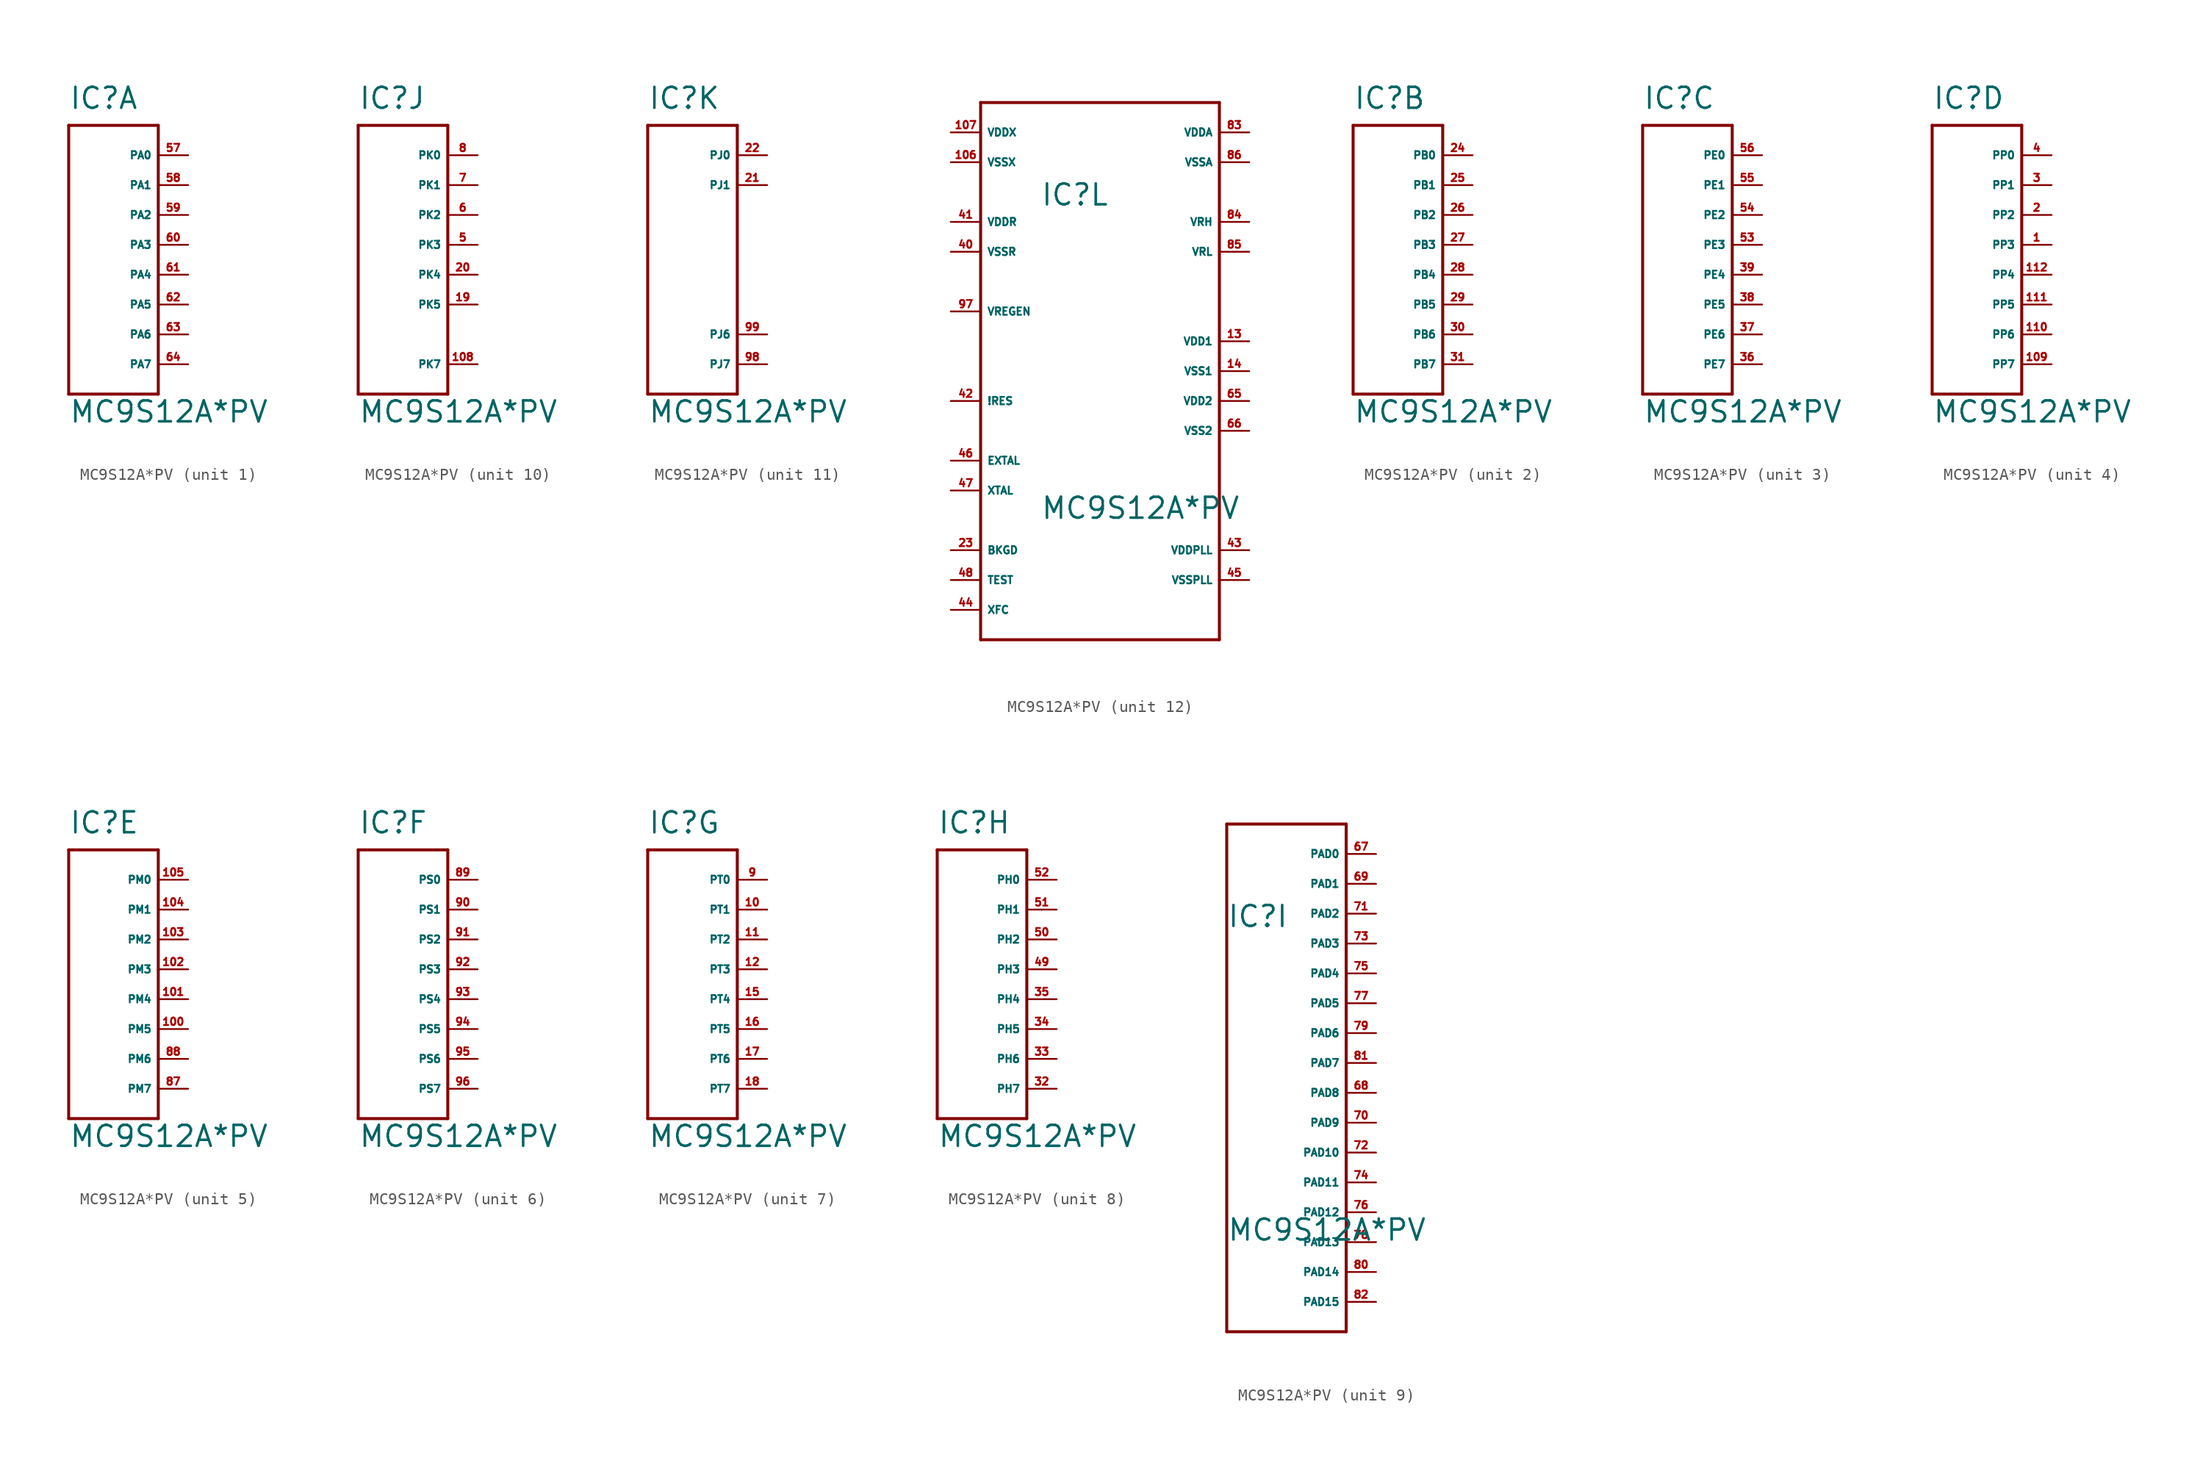
<source format=kicad_sym>
(kicad_symbol_lib
  (version 20220914)
  (generator Eagle2Kicad)
  (symbol "MC9S12A*PV"
    (property "Reference" "IC"
      (at -5.08 11.43 0)
      (effects (font (size 1.778 1.778) (thickness 0.22)) (justify left bottom)))
    (property "Value" "MC9S12A*PV"
      (at -5.08 -15.24 0)
      (effects (font (size 1.778 1.778) (thickness 0.22)) (justify left bottom)))
    (symbol "MC9S12A*PV_1_0"
      (polyline (pts (xy 2.54 10.16) (xy -5.08 10.16)) (stroke (width 0.254) (type default)) (fill (type none)))
      (polyline (pts (xy -5.08 10.16) (xy -5.08 -12.7)) (stroke (width 0.254) (type default)) (fill (type none)))
      (polyline (pts (xy -5.08 -12.7) (xy 2.54 -12.7)) (stroke (width 0.254) (type default)) (fill (type none)))
      (polyline (pts (xy 2.54 -12.7) (xy 2.54 10.16)) (stroke (width 0.254) (type default)) (fill (type none)))
      (pin bidirectional line (at 5.08 7.62 180) (length 2.54) (name "PA0" (effects (font (size 0.635 0.635) (thickness 0.08)) (justify left bottom))) (number "57" (effects (font (size 0.635 0.635) (thickness 0.08)) (justify left bottom))))
      (pin bidirectional line (at 5.08 5.08 180) (length 2.54) (name "PA1" (effects (font (size 0.635 0.635) (thickness 0.08)) (justify left bottom))) (number "58" (effects (font (size 0.635 0.635) (thickness 0.08)) (justify left bottom))))
      (pin bidirectional line (at 5.08 2.54 180) (length 2.54) (name "PA2" (effects (font (size 0.635 0.635) (thickness 0.08)) (justify left bottom))) (number "59" (effects (font (size 0.635 0.635) (thickness 0.08)) (justify left bottom))))
      (pin bidirectional line (at 5.08 0 180) (length 2.54) (name "PA3" (effects (font (size 0.635 0.635) (thickness 0.08)) (justify left bottom))) (number "60" (effects (font (size 0.635 0.635) (thickness 0.08)) (justify left bottom))))
      (pin bidirectional line (at 5.08 -2.54 180) (length 2.54) (name "PA4" (effects (font (size 0.635 0.635) (thickness 0.08)) (justify left bottom))) (number "61" (effects (font (size 0.635 0.635) (thickness 0.08)) (justify left bottom))))
      (pin bidirectional line (at 5.08 -5.08 180) (length 2.54) (name "PA5" (effects (font (size 0.635 0.635) (thickness 0.08)) (justify left bottom))) (number "62" (effects (font (size 0.635 0.635) (thickness 0.08)) (justify left bottom))))
      (pin bidirectional line (at 5.08 -7.62 180) (length 2.54) (name "PA6" (effects (font (size 0.635 0.635) (thickness 0.08)) (justify left bottom))) (number "63" (effects (font (size 0.635 0.635) (thickness 0.08)) (justify left bottom))))
      (pin bidirectional line (at 5.08 -10.16 180) (length 2.54) (name "PA7" (effects (font (size 0.635 0.635) (thickness 0.08)) (justify left bottom))) (number "64" (effects (font (size 0.635 0.635) (thickness 0.08)) (justify left bottom)))))
    (symbol "MC9S12A*PV_2_0"
      (polyline (pts (xy 2.54 10.16) (xy -5.08 10.16)) (stroke (width 0.254) (type default)) (fill (type none)))
      (polyline (pts (xy -5.08 10.16) (xy -5.08 -12.7)) (stroke (width 0.254) (type default)) (fill (type none)))
      (polyline (pts (xy -5.08 -12.7) (xy 2.54 -12.7)) (stroke (width 0.254) (type default)) (fill (type none)))
      (polyline (pts (xy 2.54 -12.7) (xy 2.54 10.16)) (stroke (width 0.254) (type default)) (fill (type none)))
      (pin bidirectional line (at 5.08 7.62 180) (length 2.54) (name "PB0" (effects (font (size 0.635 0.635) (thickness 0.08)) (justify left bottom))) (number "24" (effects (font (size 0.635 0.635) (thickness 0.08)) (justify left bottom))))
      (pin bidirectional line (at 5.08 5.08 180) (length 2.54) (name "PB1" (effects (font (size 0.635 0.635) (thickness 0.08)) (justify left bottom))) (number "25" (effects (font (size 0.635 0.635) (thickness 0.08)) (justify left bottom))))
      (pin bidirectional line (at 5.08 2.54 180) (length 2.54) (name "PB2" (effects (font (size 0.635 0.635) (thickness 0.08)) (justify left bottom))) (number "26" (effects (font (size 0.635 0.635) (thickness 0.08)) (justify left bottom))))
      (pin bidirectional line (at 5.08 0 180) (length 2.54) (name "PB3" (effects (font (size 0.635 0.635) (thickness 0.08)) (justify left bottom))) (number "27" (effects (font (size 0.635 0.635) (thickness 0.08)) (justify left bottom))))
      (pin bidirectional line (at 5.08 -2.54 180) (length 2.54) (name "PB4" (effects (font (size 0.635 0.635) (thickness 0.08)) (justify left bottom))) (number "28" (effects (font (size 0.635 0.635) (thickness 0.08)) (justify left bottom))))
      (pin bidirectional line (at 5.08 -5.08 180) (length 2.54) (name "PB5" (effects (font (size 0.635 0.635) (thickness 0.08)) (justify left bottom))) (number "29" (effects (font (size 0.635 0.635) (thickness 0.08)) (justify left bottom))))
      (pin bidirectional line (at 5.08 -7.62 180) (length 2.54) (name "PB6" (effects (font (size 0.635 0.635) (thickness 0.08)) (justify left bottom))) (number "30" (effects (font (size 0.635 0.635) (thickness 0.08)) (justify left bottom))))
      (pin bidirectional line (at 5.08 -10.16 180) (length 2.54) (name "PB7" (effects (font (size 0.635 0.635) (thickness 0.08)) (justify left bottom))) (number "31" (effects (font (size 0.635 0.635) (thickness 0.08)) (justify left bottom)))))
    (symbol "MC9S12A*PV_3_0"
      (polyline (pts (xy 2.54 10.16) (xy -5.08 10.16)) (stroke (width 0.254) (type default)) (fill (type none)))
      (polyline (pts (xy -5.08 10.16) (xy -5.08 -12.7)) (stroke (width 0.254) (type default)) (fill (type none)))
      (polyline (pts (xy -5.08 -12.7) (xy 2.54 -12.7)) (stroke (width 0.254) (type default)) (fill (type none)))
      (polyline (pts (xy 2.54 -12.7) (xy 2.54 10.16)) (stroke (width 0.254) (type default)) (fill (type none)))
      (pin input line (at 5.08 7.62 180) (length 2.54) (name "PE0" (effects (font (size 0.635 0.635) (thickness 0.08)) (justify left bottom))) (number "56" (effects (font (size 0.635 0.635) (thickness 0.08)) (justify left bottom))))
      (pin input line (at 5.08 5.08 180) (length 2.54) (name "PE1" (effects (font (size 0.635 0.635) (thickness 0.08)) (justify left bottom))) (number "55" (effects (font (size 0.635 0.635) (thickness 0.08)) (justify left bottom))))
      (pin bidirectional line (at 5.08 2.54 180) (length 2.54) (name "PE2" (effects (font (size 0.635 0.635) (thickness 0.08)) (justify left bottom))) (number "54" (effects (font (size 0.635 0.635) (thickness 0.08)) (justify left bottom))))
      (pin bidirectional line (at 5.08 0 180) (length 2.54) (name "PE3" (effects (font (size 0.635 0.635) (thickness 0.08)) (justify left bottom))) (number "53" (effects (font (size 0.635 0.635) (thickness 0.08)) (justify left bottom))))
      (pin bidirectional line (at 5.08 -2.54 180) (length 2.54) (name "PE4" (effects (font (size 0.635 0.635) (thickness 0.08)) (justify left bottom))) (number "39" (effects (font (size 0.635 0.635) (thickness 0.08)) (justify left bottom))))
      (pin bidirectional line (at 5.08 -5.08 180) (length 2.54) (name "PE5" (effects (font (size 0.635 0.635) (thickness 0.08)) (justify left bottom))) (number "38" (effects (font (size 0.635 0.635) (thickness 0.08)) (justify left bottom))))
      (pin bidirectional line (at 5.08 -7.62 180) (length 2.54) (name "PE6" (effects (font (size 0.635 0.635) (thickness 0.08)) (justify left bottom))) (number "37" (effects (font (size 0.635 0.635) (thickness 0.08)) (justify left bottom))))
      (pin bidirectional line (at 5.08 -10.16 180) (length 2.54) (name "PE7" (effects (font (size 0.635 0.635) (thickness 0.08)) (justify left bottom))) (number "36" (effects (font (size 0.635 0.635) (thickness 0.08)) (justify left bottom)))))
    (symbol "MC9S12A*PV_4_0"
      (polyline (pts (xy 2.54 10.16) (xy -5.08 10.16)) (stroke (width 0.254) (type default)) (fill (type none)))
      (polyline (pts (xy -5.08 10.16) (xy -5.08 -12.7)) (stroke (width 0.254) (type default)) (fill (type none)))
      (polyline (pts (xy -5.08 -12.7) (xy 2.54 -12.7)) (stroke (width 0.254) (type default)) (fill (type none)))
      (polyline (pts (xy 2.54 -12.7) (xy 2.54 10.16)) (stroke (width 0.254) (type default)) (fill (type none)))
      (pin bidirectional line (at 5.08 7.62 180) (length 2.54) (name "PP0" (effects (font (size 0.635 0.635) (thickness 0.08)) (justify left bottom))) (number "4" (effects (font (size 0.635 0.635) (thickness 0.08)) (justify left bottom))))
      (pin bidirectional line (at 5.08 5.08 180) (length 2.54) (name "PP1" (effects (font (size 0.635 0.635) (thickness 0.08)) (justify left bottom))) (number "3" (effects (font (size 0.635 0.635) (thickness 0.08)) (justify left bottom))))
      (pin bidirectional line (at 5.08 2.54 180) (length 2.54) (name "PP2" (effects (font (size 0.635 0.635) (thickness 0.08)) (justify left bottom))) (number "2" (effects (font (size 0.635 0.635) (thickness 0.08)) (justify left bottom))))
      (pin bidirectional line (at 5.08 0 180) (length 2.54) (name "PP3" (effects (font (size 0.635 0.635) (thickness 0.08)) (justify left bottom))) (number "1" (effects (font (size 0.635 0.635) (thickness 0.08)) (justify left bottom))))
      (pin bidirectional line (at 5.08 -2.54 180) (length 2.54) (name "PP4" (effects (font (size 0.635 0.635) (thickness 0.08)) (justify left bottom))) (number "112" (effects (font (size 0.635 0.635) (thickness 0.08)) (justify left bottom))))
      (pin bidirectional line (at 5.08 -5.08 180) (length 2.54) (name "PP5" (effects (font (size 0.635 0.635) (thickness 0.08)) (justify left bottom))) (number "111" (effects (font (size 0.635 0.635) (thickness 0.08)) (justify left bottom))))
      (pin bidirectional line (at 5.08 -7.62 180) (length 2.54) (name "PP6" (effects (font (size 0.635 0.635) (thickness 0.08)) (justify left bottom))) (number "110" (effects (font (size 0.635 0.635) (thickness 0.08)) (justify left bottom))))
      (pin bidirectional line (at 5.08 -10.16 180) (length 2.54) (name "PP7" (effects (font (size 0.635 0.635) (thickness 0.08)) (justify left bottom))) (number "109" (effects (font (size 0.635 0.635) (thickness 0.08)) (justify left bottom)))))
    (symbol "MC9S12A*PV_5_0"
      (polyline (pts (xy 2.54 10.16) (xy -5.08 10.16)) (stroke (width 0.254) (type default)) (fill (type none)))
      (polyline (pts (xy -5.08 10.16) (xy -5.08 -12.7)) (stroke (width 0.254) (type default)) (fill (type none)))
      (polyline (pts (xy -5.08 -12.7) (xy 2.54 -12.7)) (stroke (width 0.254) (type default)) (fill (type none)))
      (polyline (pts (xy 2.54 -12.7) (xy 2.54 10.16)) (stroke (width 0.254) (type default)) (fill (type none)))
      (pin bidirectional line (at 5.08 7.62 180) (length 2.54) (name "PM0" (effects (font (size 0.635 0.635) (thickness 0.08)) (justify left bottom))) (number "105" (effects (font (size 0.635 0.635) (thickness 0.08)) (justify left bottom))))
      (pin bidirectional line (at 5.08 5.08 180) (length 2.54) (name "PM1" (effects (font (size 0.635 0.635) (thickness 0.08)) (justify left bottom))) (number "104" (effects (font (size 0.635 0.635) (thickness 0.08)) (justify left bottom))))
      (pin bidirectional line (at 5.08 2.54 180) (length 2.54) (name "PM2" (effects (font (size 0.635 0.635) (thickness 0.08)) (justify left bottom))) (number "103" (effects (font (size 0.635 0.635) (thickness 0.08)) (justify left bottom))))
      (pin bidirectional line (at 5.08 0 180) (length 2.54) (name "PM3" (effects (font (size 0.635 0.635) (thickness 0.08)) (justify left bottom))) (number "102" (effects (font (size 0.635 0.635) (thickness 0.08)) (justify left bottom))))
      (pin bidirectional line (at 5.08 -2.54 180) (length 2.54) (name "PM4" (effects (font (size 0.635 0.635) (thickness 0.08)) (justify left bottom))) (number "101" (effects (font (size 0.635 0.635) (thickness 0.08)) (justify left bottom))))
      (pin bidirectional line (at 5.08 -5.08 180) (length 2.54) (name "PM5" (effects (font (size 0.635 0.635) (thickness 0.08)) (justify left bottom))) (number "100" (effects (font (size 0.635 0.635) (thickness 0.08)) (justify left bottom))))
      (pin bidirectional line (at 5.08 -7.62 180) (length 2.54) (name "PM6" (effects (font (size 0.635 0.635) (thickness 0.08)) (justify left bottom))) (number "88" (effects (font (size 0.635 0.635) (thickness 0.08)) (justify left bottom))))
      (pin bidirectional line (at 5.08 -10.16 180) (length 2.54) (name "PM7" (effects (font (size 0.635 0.635) (thickness 0.08)) (justify left bottom))) (number "87" (effects (font (size 0.635 0.635) (thickness 0.08)) (justify left bottom)))))
    (symbol "MC9S12A*PV_6_0"
      (polyline (pts (xy 2.54 10.16) (xy -5.08 10.16)) (stroke (width 0.254) (type default)) (fill (type none)))
      (polyline (pts (xy -5.08 10.16) (xy -5.08 -12.7)) (stroke (width 0.254) (type default)) (fill (type none)))
      (polyline (pts (xy -5.08 -12.7) (xy 2.54 -12.7)) (stroke (width 0.254) (type default)) (fill (type none)))
      (polyline (pts (xy 2.54 -12.7) (xy 2.54 10.16)) (stroke (width 0.254) (type default)) (fill (type none)))
      (pin bidirectional line (at 5.08 7.62 180) (length 2.54) (name "PS0" (effects (font (size 0.635 0.635) (thickness 0.08)) (justify left bottom))) (number "89" (effects (font (size 0.635 0.635) (thickness 0.08)) (justify left bottom))))
      (pin bidirectional line (at 5.08 5.08 180) (length 2.54) (name "PS1" (effects (font (size 0.635 0.635) (thickness 0.08)) (justify left bottom))) (number "90" (effects (font (size 0.635 0.635) (thickness 0.08)) (justify left bottom))))
      (pin bidirectional line (at 5.08 2.54 180) (length 2.54) (name "PS2" (effects (font (size 0.635 0.635) (thickness 0.08)) (justify left bottom))) (number "91" (effects (font (size 0.635 0.635) (thickness 0.08)) (justify left bottom))))
      (pin bidirectional line (at 5.08 0 180) (length 2.54) (name "PS3" (effects (font (size 0.635 0.635) (thickness 0.08)) (justify left bottom))) (number "92" (effects (font (size 0.635 0.635) (thickness 0.08)) (justify left bottom))))
      (pin bidirectional line (at 5.08 -2.54 180) (length 2.54) (name "PS4" (effects (font (size 0.635 0.635) (thickness 0.08)) (justify left bottom))) (number "93" (effects (font (size 0.635 0.635) (thickness 0.08)) (justify left bottom))))
      (pin bidirectional line (at 5.08 -5.08 180) (length 2.54) (name "PS5" (effects (font (size 0.635 0.635) (thickness 0.08)) (justify left bottom))) (number "94" (effects (font (size 0.635 0.635) (thickness 0.08)) (justify left bottom))))
      (pin bidirectional line (at 5.08 -7.62 180) (length 2.54) (name "PS6" (effects (font (size 0.635 0.635) (thickness 0.08)) (justify left bottom))) (number "95" (effects (font (size 0.635 0.635) (thickness 0.08)) (justify left bottom))))
      (pin bidirectional line (at 5.08 -10.16 180) (length 2.54) (name "PS7" (effects (font (size 0.635 0.635) (thickness 0.08)) (justify left bottom))) (number "96" (effects (font (size 0.635 0.635) (thickness 0.08)) (justify left bottom)))))
    (symbol "MC9S12A*PV_7_0"
      (polyline (pts (xy 2.54 10.16) (xy -5.08 10.16)) (stroke (width 0.254) (type default)) (fill (type none)))
      (polyline (pts (xy -5.08 10.16) (xy -5.08 -12.7)) (stroke (width 0.254) (type default)) (fill (type none)))
      (polyline (pts (xy -5.08 -12.7) (xy 2.54 -12.7)) (stroke (width 0.254) (type default)) (fill (type none)))
      (polyline (pts (xy 2.54 -12.7) (xy 2.54 10.16)) (stroke (width 0.254) (type default)) (fill (type none)))
      (pin bidirectional line (at 5.08 7.62 180) (length 2.54) (name "PT0" (effects (font (size 0.635 0.635) (thickness 0.08)) (justify left bottom))) (number "9" (effects (font (size 0.635 0.635) (thickness 0.08)) (justify left bottom))))
      (pin bidirectional line (at 5.08 5.08 180) (length 2.54) (name "PT1" (effects (font (size 0.635 0.635) (thickness 0.08)) (justify left bottom))) (number "10" (effects (font (size 0.635 0.635) (thickness 0.08)) (justify left bottom))))
      (pin bidirectional line (at 5.08 2.54 180) (length 2.54) (name "PT2" (effects (font (size 0.635 0.635) (thickness 0.08)) (justify left bottom))) (number "11" (effects (font (size 0.635 0.635) (thickness 0.08)) (justify left bottom))))
      (pin bidirectional line (at 5.08 0 180) (length 2.54) (name "PT3" (effects (font (size 0.635 0.635) (thickness 0.08)) (justify left bottom))) (number "12" (effects (font (size 0.635 0.635) (thickness 0.08)) (justify left bottom))))
      (pin bidirectional line (at 5.08 -2.54 180) (length 2.54) (name "PT4" (effects (font (size 0.635 0.635) (thickness 0.08)) (justify left bottom))) (number "15" (effects (font (size 0.635 0.635) (thickness 0.08)) (justify left bottom))))
      (pin bidirectional line (at 5.08 -5.08 180) (length 2.54) (name "PT5" (effects (font (size 0.635 0.635) (thickness 0.08)) (justify left bottom))) (number "16" (effects (font (size 0.635 0.635) (thickness 0.08)) (justify left bottom))))
      (pin bidirectional line (at 5.08 -7.62 180) (length 2.54) (name "PT6" (effects (font (size 0.635 0.635) (thickness 0.08)) (justify left bottom))) (number "17" (effects (font (size 0.635 0.635) (thickness 0.08)) (justify left bottom))))
      (pin bidirectional line (at 5.08 -10.16 180) (length 2.54) (name "PT7" (effects (font (size 0.635 0.635) (thickness 0.08)) (justify left bottom))) (number "18" (effects (font (size 0.635 0.635) (thickness 0.08)) (justify left bottom)))))
    (symbol "MC9S12A*PV_8_0"
      (polyline (pts (xy 2.54 10.16) (xy -5.08 10.16)) (stroke (width 0.254) (type default)) (fill (type none)))
      (polyline (pts (xy -5.08 10.16) (xy -5.08 -12.7)) (stroke (width 0.254) (type default)) (fill (type none)))
      (polyline (pts (xy -5.08 -12.7) (xy 2.54 -12.7)) (stroke (width 0.254) (type default)) (fill (type none)))
      (polyline (pts (xy 2.54 -12.7) (xy 2.54 10.16)) (stroke (width 0.254) (type default)) (fill (type none)))
      (pin bidirectional line (at 5.08 7.62 180) (length 2.54) (name "PH0" (effects (font (size 0.635 0.635) (thickness 0.08)) (justify left bottom))) (number "52" (effects (font (size 0.635 0.635) (thickness 0.08)) (justify left bottom))))
      (pin bidirectional line (at 5.08 5.08 180) (length 2.54) (name "PH1" (effects (font (size 0.635 0.635) (thickness 0.08)) (justify left bottom))) (number "51" (effects (font (size 0.635 0.635) (thickness 0.08)) (justify left bottom))))
      (pin bidirectional line (at 5.08 2.54 180) (length 2.54) (name "PH2" (effects (font (size 0.635 0.635) (thickness 0.08)) (justify left bottom))) (number "50" (effects (font (size 0.635 0.635) (thickness 0.08)) (justify left bottom))))
      (pin bidirectional line (at 5.08 0 180) (length 2.54) (name "PH3" (effects (font (size 0.635 0.635) (thickness 0.08)) (justify left bottom))) (number "49" (effects (font (size 0.635 0.635) (thickness 0.08)) (justify left bottom))))
      (pin bidirectional line (at 5.08 -2.54 180) (length 2.54) (name "PH4" (effects (font (size 0.635 0.635) (thickness 0.08)) (justify left bottom))) (number "35" (effects (font (size 0.635 0.635) (thickness 0.08)) (justify left bottom))))
      (pin bidirectional line (at 5.08 -5.08 180) (length 2.54) (name "PH5" (effects (font (size 0.635 0.635) (thickness 0.08)) (justify left bottom))) (number "34" (effects (font (size 0.635 0.635) (thickness 0.08)) (justify left bottom))))
      (pin bidirectional line (at 5.08 -7.62 180) (length 2.54) (name "PH6" (effects (font (size 0.635 0.635) (thickness 0.08)) (justify left bottom))) (number "33" (effects (font (size 0.635 0.635) (thickness 0.08)) (justify left bottom))))
      (pin bidirectional line (at 5.08 -10.16 180) (length 2.54) (name "PH7" (effects (font (size 0.635 0.635) (thickness 0.08)) (justify left bottom))) (number "32" (effects (font (size 0.635 0.635) (thickness 0.08)) (justify left bottom)))))
    (symbol "MC9S12A*PV_9_0"
      (polyline (pts (xy 5.08 20.32) (xy -5.08 20.32)) (stroke (width 0.254) (type default)) (fill (type none)))
      (polyline (pts (xy -5.08 20.32) (xy -5.08 -22.86)) (stroke (width 0.254) (type default)) (fill (type none)))
      (polyline (pts (xy -5.08 -22.86) (xy 5.08 -22.86)) (stroke (width 0.254) (type default)) (fill (type none)))
      (polyline (pts (xy 5.08 -22.86) (xy 5.08 20.32)) (stroke (width 0.254) (type default)) (fill (type none)))
      (pin input line (at 7.62 17.78 180) (length 2.54) (name "PAD0" (effects (font (size 0.635 0.635) (thickness 0.08)) (justify left bottom))) (number "67" (effects (font (size 0.635 0.635) (thickness 0.08)) (justify left bottom))))
      (pin input line (at 7.62 15.24 180) (length 2.54) (name "PAD1" (effects (font (size 0.635 0.635) (thickness 0.08)) (justify left bottom))) (number "69" (effects (font (size 0.635 0.635) (thickness 0.08)) (justify left bottom))))
      (pin input line (at 7.62 12.7 180) (length 2.54) (name "PAD2" (effects (font (size 0.635 0.635) (thickness 0.08)) (justify left bottom))) (number "71" (effects (font (size 0.635 0.635) (thickness 0.08)) (justify left bottom))))
      (pin input line (at 7.62 10.16 180) (length 2.54) (name "PAD3" (effects (font (size 0.635 0.635) (thickness 0.08)) (justify left bottom))) (number "73" (effects (font (size 0.635 0.635) (thickness 0.08)) (justify left bottom))))
      (pin input line (at 7.62 7.62 180) (length 2.54) (name "PAD4" (effects (font (size 0.635 0.635) (thickness 0.08)) (justify left bottom))) (number "75" (effects (font (size 0.635 0.635) (thickness 0.08)) (justify left bottom))))
      (pin input line (at 7.62 5.08 180) (length 2.54) (name "PAD5" (effects (font (size 0.635 0.635) (thickness 0.08)) (justify left bottom))) (number "77" (effects (font (size 0.635 0.635) (thickness 0.08)) (justify left bottom))))
      (pin input line (at 7.62 2.54 180) (length 2.54) (name "PAD6" (effects (font (size 0.635 0.635) (thickness 0.08)) (justify left bottom))) (number "79" (effects (font (size 0.635 0.635) (thickness 0.08)) (justify left bottom))))
      (pin input line (at 7.62 0 180) (length 2.54) (name "PAD7" (effects (font (size 0.635 0.635) (thickness 0.08)) (justify left bottom))) (number "81" (effects (font (size 0.635 0.635) (thickness 0.08)) (justify left bottom))))
      (pin input line (at 7.62 -2.54 180) (length 2.54) (name "PAD8" (effects (font (size 0.635 0.635) (thickness 0.08)) (justify left bottom))) (number "68" (effects (font (size 0.635 0.635) (thickness 0.08)) (justify left bottom))))
      (pin input line (at 7.62 -5.08 180) (length 2.54) (name "PAD9" (effects (font (size 0.635 0.635) (thickness 0.08)) (justify left bottom))) (number "70" (effects (font (size 0.635 0.635) (thickness 0.08)) (justify left bottom))))
      (pin input line (at 7.62 -7.62 180) (length 2.54) (name "PAD10" (effects (font (size 0.635 0.635) (thickness 0.08)) (justify left bottom))) (number "72" (effects (font (size 0.635 0.635) (thickness 0.08)) (justify left bottom))))
      (pin input line (at 7.62 -10.16 180) (length 2.54) (name "PAD11" (effects (font (size 0.635 0.635) (thickness 0.08)) (justify left bottom))) (number "74" (effects (font (size 0.635 0.635) (thickness 0.08)) (justify left bottom))))
      (pin input line (at 7.62 -12.7 180) (length 2.54) (name "PAD12" (effects (font (size 0.635 0.635) (thickness 0.08)) (justify left bottom))) (number "76" (effects (font (size 0.635 0.635) (thickness 0.08)) (justify left bottom))))
      (pin input line (at 7.62 -15.24 180) (length 2.54) (name "PAD13" (effects (font (size 0.635 0.635) (thickness 0.08)) (justify left bottom))) (number "78" (effects (font (size 0.635 0.635) (thickness 0.08)) (justify left bottom))))
      (pin input line (at 7.62 -17.78 180) (length 2.54) (name "PAD14" (effects (font (size 0.635 0.635) (thickness 0.08)) (justify left bottom))) (number "80" (effects (font (size 0.635 0.635) (thickness 0.08)) (justify left bottom))))
      (pin input line (at 7.62 -20.32 180) (length 2.54) (name "PAD15" (effects (font (size 0.635 0.635) (thickness 0.08)) (justify left bottom))) (number "82" (effects (font (size 0.635 0.635) (thickness 0.08)) (justify left bottom)))))
    (symbol "MC9S12A*PV_10_0"
      (polyline (pts (xy 2.54 10.16) (xy -5.08 10.16)) (stroke (width 0.254) (type default)) (fill (type none)))
      (polyline (pts (xy -5.08 10.16) (xy -5.08 -12.7)) (stroke (width 0.254) (type default)) (fill (type none)))
      (polyline (pts (xy -5.08 -12.7) (xy 2.54 -12.7)) (stroke (width 0.254) (type default)) (fill (type none)))
      (polyline (pts (xy 2.54 -12.7) (xy 2.54 10.16)) (stroke (width 0.254) (type default)) (fill (type none)))
      (pin bidirectional line (at 5.08 7.62 180) (length 2.54) (name "PK0" (effects (font (size 0.635 0.635) (thickness 0.08)) (justify left bottom))) (number "8" (effects (font (size 0.635 0.635) (thickness 0.08)) (justify left bottom))))
      (pin bidirectional line (at 5.08 5.08 180) (length 2.54) (name "PK1" (effects (font (size 0.635 0.635) (thickness 0.08)) (justify left bottom))) (number "7" (effects (font (size 0.635 0.635) (thickness 0.08)) (justify left bottom))))
      (pin bidirectional line (at 5.08 2.54 180) (length 2.54) (name "PK2" (effects (font (size 0.635 0.635) (thickness 0.08)) (justify left bottom))) (number "6" (effects (font (size 0.635 0.635) (thickness 0.08)) (justify left bottom))))
      (pin bidirectional line (at 5.08 0 180) (length 2.54) (name "PK3" (effects (font (size 0.635 0.635) (thickness 0.08)) (justify left bottom))) (number "5" (effects (font (size 0.635 0.635) (thickness 0.08)) (justify left bottom))))
      (pin bidirectional line (at 5.08 -2.54 180) (length 2.54) (name "PK4" (effects (font (size 0.635 0.635) (thickness 0.08)) (justify left bottom))) (number "20" (effects (font (size 0.635 0.635) (thickness 0.08)) (justify left bottom))))
      (pin bidirectional line (at 5.08 -5.08 180) (length 2.54) (name "PK5" (effects (font (size 0.635 0.635) (thickness 0.08)) (justify left bottom))) (number "19" (effects (font (size 0.635 0.635) (thickness 0.08)) (justify left bottom))))
      (pin bidirectional line (at 5.08 -10.16 180) (length 2.54) (name "PK7" (effects (font (size 0.635 0.635) (thickness 0.08)) (justify left bottom))) (number "108" (effects (font (size 0.635 0.635) (thickness 0.08)) (justify left bottom)))))
    (symbol "MC9S12A*PV_11_0"
      (polyline (pts (xy 2.54 10.16) (xy -5.08 10.16)) (stroke (width 0.254) (type default)) (fill (type none)))
      (polyline (pts (xy -5.08 10.16) (xy -5.08 -12.7)) (stroke (width 0.254) (type default)) (fill (type none)))
      (polyline (pts (xy -5.08 -12.7) (xy 2.54 -12.7)) (stroke (width 0.254) (type default)) (fill (type none)))
      (polyline (pts (xy 2.54 -12.7) (xy 2.54 10.16)) (stroke (width 0.254) (type default)) (fill (type none)))
      (pin bidirectional line (at 5.08 7.62 180) (length 2.54) (name "PJ0" (effects (font (size 0.635 0.635) (thickness 0.08)) (justify left bottom))) (number "22" (effects (font (size 0.635 0.635) (thickness 0.08)) (justify left bottom))))
      (pin bidirectional line (at 5.08 5.08 180) (length 2.54) (name "PJ1" (effects (font (size 0.635 0.635) (thickness 0.08)) (justify left bottom))) (number "21" (effects (font (size 0.635 0.635) (thickness 0.08)) (justify left bottom))))
      (pin bidirectional line (at 5.08 -7.62 180) (length 2.54) (name "PJ6" (effects (font (size 0.635 0.635) (thickness 0.08)) (justify left bottom))) (number "99" (effects (font (size 0.635 0.635) (thickness 0.08)) (justify left bottom))))
      (pin bidirectional line (at 5.08 -10.16 180) (length 2.54) (name "PJ7" (effects (font (size 0.635 0.635) (thickness 0.08)) (justify left bottom))) (number "98" (effects (font (size 0.635 0.635) (thickness 0.08)) (justify left bottom)))))
    (symbol "MC9S12A*PV_12_0"
      (polyline (pts (xy -10.16 20.32) (xy 10.16 20.32)) (stroke (width 0.254) (type default)) (fill (type none)))
      (polyline (pts (xy 10.16 20.32) (xy 10.16 -25.4)) (stroke (width 0.254) (type default)) (fill (type none)))
      (polyline (pts (xy 10.16 -25.4) (xy -10.16 -25.4)) (stroke (width 0.254) (type default)) (fill (type none)))
      (polyline (pts (xy -10.16 -25.4) (xy -10.16 20.32)) (stroke (width 0.254) (type default)) (fill (type none)))
      (pin output line (at 12.7 0 180) (length 2.54) (name "VDD1" (effects (font (size 0.635 0.635) (thickness 0.08)) (justify left bottom))) (number "13" (effects (font (size 0.635 0.635) (thickness 0.08)) (justify left bottom))))
      (pin output line (at 12.7 -2.54 180) (length 2.54) (name "VSS1" (effects (font (size 0.635 0.635) (thickness 0.08)) (justify left bottom))) (number "14" (effects (font (size 0.635 0.635) (thickness 0.08)) (justify left bottom))))
      (pin open_collector line (at -12.7 -17.78 0) (length 2.54) (name "BKGD" (effects (font (size 0.635 0.635) (thickness 0.08)) (justify left bottom))) (number "23" (effects (font (size 0.635 0.635) (thickness 0.08)) (justify left bottom))))
      (pin unspecified line (at -12.7 7.62 0) (length 2.54) (name "VSSR" (effects (font (size 0.635 0.635) (thickness 0.08)) (justify left bottom))) (number "40" (effects (font (size 0.635 0.635) (thickness 0.08)) (justify left bottom))))
      (pin unspecified line (at -12.7 10.16 0) (length 2.54) (name "VDDR" (effects (font (size 0.635 0.635) (thickness 0.08)) (justify left bottom))) (number "41" (effects (font (size 0.635 0.635) (thickness 0.08)) (justify left bottom))))
      (pin bidirectional line (at -12.7 -5.08 0) (length 2.54) (name "!RES" (effects (font (size 0.635 0.635) (thickness 0.08)) (justify left bottom))) (number "42" (effects (font (size 0.635 0.635) (thickness 0.08)) (justify left bottom))))
      (pin output line (at 12.7 -17.78 180) (length 2.54) (name "VDDPLL" (effects (font (size 0.635 0.635) (thickness 0.08)) (justify left bottom))) (number "43" (effects (font (size 0.635 0.635) (thickness 0.08)) (justify left bottom))))
      (pin output line (at 12.7 -20.32 180) (length 2.54) (name "VSSPLL" (effects (font (size 0.635 0.635) (thickness 0.08)) (justify left bottom))) (number "45" (effects (font (size 0.635 0.635) (thickness 0.08)) (justify left bottom))))
      (pin input line (at -12.7 -10.16 0) (length 2.54) (name "EXTAL" (effects (font (size 0.635 0.635) (thickness 0.08)) (justify left bottom))) (number "46" (effects (font (size 0.635 0.635) (thickness 0.08)) (justify left bottom))))
      (pin output line (at -12.7 -12.7 0) (length 2.54) (name "XTAL" (effects (font (size 0.635 0.635) (thickness 0.08)) (justify left bottom))) (number "47" (effects (font (size 0.635 0.635) (thickness 0.08)) (justify left bottom))))
      (pin input line (at -12.7 -20.32 0) (length 2.54) (name "TEST" (effects (font (size 0.635 0.635) (thickness 0.08)) (justify left bottom))) (number "48" (effects (font (size 0.635 0.635) (thickness 0.08)) (justify left bottom))))
      (pin output line (at 12.7 -5.08 180) (length 2.54) (name "VDD2" (effects (font (size 0.635 0.635) (thickness 0.08)) (justify left bottom))) (number "65" (effects (font (size 0.635 0.635) (thickness 0.08)) (justify left bottom))))
      (pin output line (at 12.7 -7.62 180) (length 2.54) (name "VSS2" (effects (font (size 0.635 0.635) (thickness 0.08)) (justify left bottom))) (number "66" (effects (font (size 0.635 0.635) (thickness 0.08)) (justify left bottom))))
      (pin unspecified line (at 12.7 17.78 180) (length 2.54) (name "VDDA" (effects (font (size 0.635 0.635) (thickness 0.08)) (justify left bottom))) (number "83" (effects (font (size 0.635 0.635) (thickness 0.08)) (justify left bottom))))
      (pin unspecified line (at 12.7 15.24 180) (length 2.54) (name "VSSA" (effects (font (size 0.635 0.635) (thickness 0.08)) (justify left bottom))) (number "86" (effects (font (size 0.635 0.635) (thickness 0.08)) (justify left bottom))))
      (pin input line (at 12.7 10.16 180) (length 2.54) (name "VRH" (effects (font (size 0.635 0.635) (thickness 0.08)) (justify left bottom))) (number "84" (effects (font (size 0.635 0.635) (thickness 0.08)) (justify left bottom))))
      (pin input line (at 12.7 7.62 180) (length 2.54) (name "VRL" (effects (font (size 0.635 0.635) (thickness 0.08)) (justify left bottom))) (number "85" (effects (font (size 0.635 0.635) (thickness 0.08)) (justify left bottom))))
      (pin input line (at -12.7 2.54 0) (length 2.54) (name "VREGEN" (effects (font (size 0.635 0.635) (thickness 0.08)) (justify left bottom))) (number "97" (effects (font (size 0.635 0.635) (thickness 0.08)) (justify left bottom))))
      (pin unspecified line (at -12.7 17.78 0) (length 2.54) (name "VDDX" (effects (font (size 0.635 0.635) (thickness 0.08)) (justify left bottom))) (number "107" (effects (font (size 0.635 0.635) (thickness 0.08)) (justify left bottom))))
      (pin unspecified line (at -12.7 15.24 0) (length 2.54) (name "VSSX" (effects (font (size 0.635 0.635) (thickness 0.08)) (justify left bottom))) (number "106" (effects (font (size 0.635 0.635) (thickness 0.08)) (justify left bottom))))
      (pin bidirectional line (at -12.7 -22.86 0) (length 2.54) (name "XFC" (effects (font (size 0.635 0.635) (thickness 0.08)) (justify left bottom))) (number "44" (effects (font (size 0.635 0.635) (thickness 0.08)) (justify left bottom)))))))
</source>
